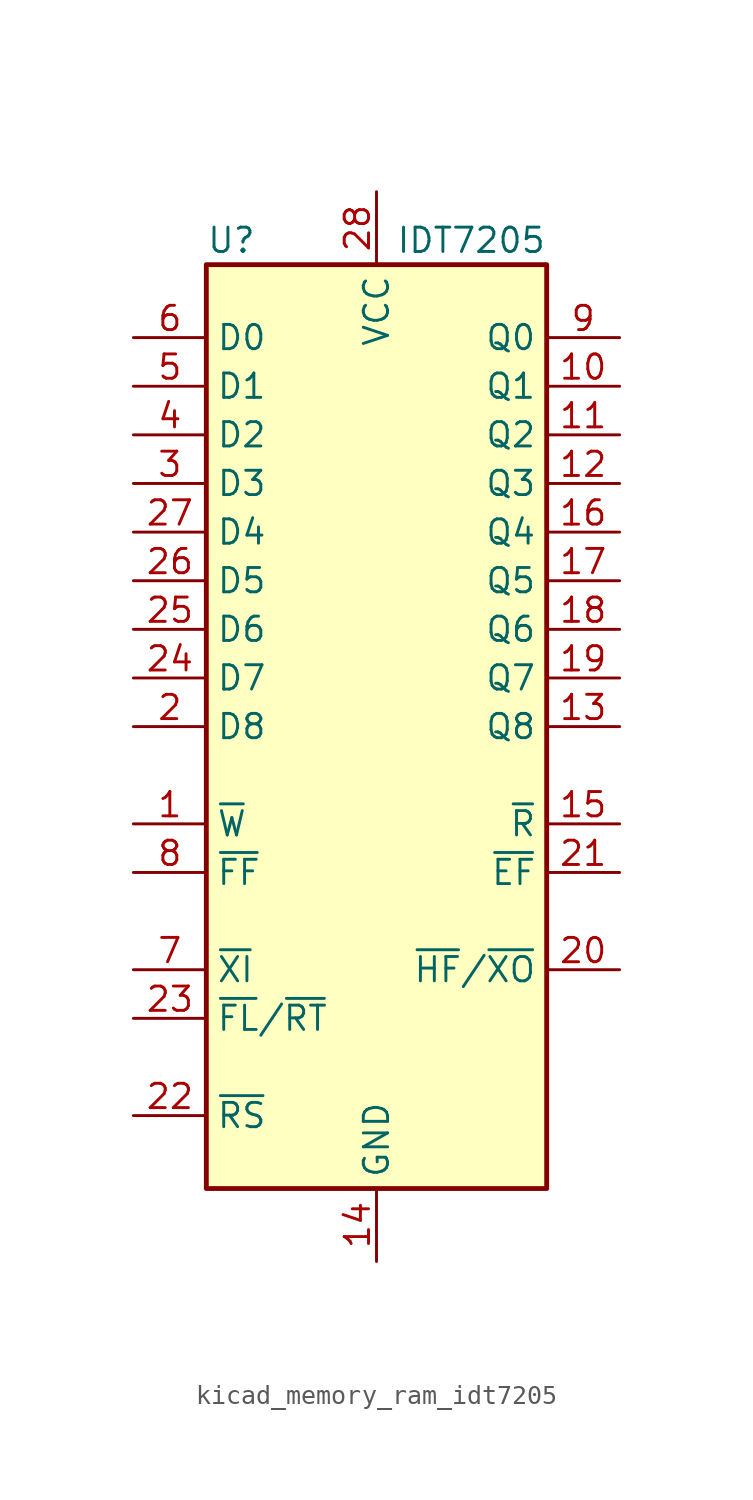
<source format=kicad_sym>
(kicad_symbol_lib
  (version 20220914)
  (generator kicad_symbol_editor)
  (symbol "kicad_memory_ram_idt7205"
    (property "Reference" "U"
      (at -8.89 25.4 0)
      (effects (font (size 1.27 1.27)) (justify left)))
    (property "Value" "IDT7205"
      (at 8.89 25.4 0)
      (effects (font (size 1.27 1.27)) (justify right)))
    (symbol "kicad_memory_ram_idt7205_0_1"
      (rectangle (start -8.89 24.13) (end 8.89 -24.13) (stroke (width 0.254) (type default)) (fill (type background)))
      (pin input line (at -12.7 -5.08 0) (length 3.81) (name "~{W}" (effects (font (size 1.27 1.27)))) (number "1" (effects (font (size 1.27 1.27)))))
      (pin output line (at 12.7 17.78 180) (length 3.81) (name "Q1" (effects (font (size 1.27 1.27)))) (number "10" (effects (font (size 1.27 1.27)))))
      (pin output line (at 12.7 15.24 180) (length 3.81) (name "Q2" (effects (font (size 1.27 1.27)))) (number "11" (effects (font (size 1.27 1.27)))))
      (pin output line (at 12.7 12.7 180) (length 3.81) (name "Q3" (effects (font (size 1.27 1.27)))) (number "12" (effects (font (size 1.27 1.27)))))
      (pin output line (at 12.7 0 180) (length 3.81) (name "Q8" (effects (font (size 1.27 1.27)))) (number "13" (effects (font (size 1.27 1.27)))))
      (pin power_in line (at 0 -27.94 90) (length 3.81) (name "GND" (effects (font (size 1.27 1.27)))) (number "14" (effects (font (size 1.27 1.27)))))
      (pin input line (at 12.7 -5.08 180) (length 3.81) (name "~{R}" (effects (font (size 1.27 1.27)))) (number "15" (effects (font (size 1.27 1.27)))))
      (pin output line (at 12.7 10.16 180) (length 3.81) (name "Q4" (effects (font (size 1.27 1.27)))) (number "16" (effects (font (size 1.27 1.27)))))
      (pin output line (at 12.7 7.62 180) (length 3.81) (name "Q5" (effects (font (size 1.27 1.27)))) (number "17" (effects (font (size 1.27 1.27)))))
      (pin output line (at 12.7 5.08 180) (length 3.81) (name "Q6" (effects (font (size 1.27 1.27)))) (number "18" (effects (font (size 1.27 1.27)))))
      (pin output line (at 12.7 2.54 180) (length 3.81) (name "Q7" (effects (font (size 1.27 1.27)))) (number "19" (effects (font (size 1.27 1.27)))))
      (pin input line (at -12.7 0 0) (length 3.81) (name "D8" (effects (font (size 1.27 1.27)))) (number "2" (effects (font (size 1.27 1.27)))))
      (pin output line (at 12.7 -12.7 180) (length 3.81) (name "~{HF}/~{XO}" (effects (font (size 1.27 1.27)))) (number "20" (effects (font (size 1.27 1.27)))))
      (pin output line (at 12.7 -7.62 180) (length 3.81) (name "~{EF}" (effects (font (size 1.27 1.27)))) (number "21" (effects (font (size 1.27 1.27)))))
      (pin input line (at -12.7 -20.32 0) (length 3.81) (name "~{RS}" (effects (font (size 1.27 1.27)))) (number "22" (effects (font (size 1.27 1.27)))))
      (pin input line (at -12.7 -15.24 0) (length 3.81) (name "~{FL}/~{RT}" (effects (font (size 1.27 1.27)))) (number "23" (effects (font (size 1.27 1.27)))))
      (pin input line (at -12.7 2.54 0) (length 3.81) (name "D7" (effects (font (size 1.27 1.27)))) (number "24" (effects (font (size 1.27 1.27)))))
      (pin input line (at -12.7 5.08 0) (length 3.81) (name "D6" (effects (font (size 1.27 1.27)))) (number "25" (effects (font (size 1.27 1.27)))))
      (pin input line (at -12.7 7.62 0) (length 3.81) (name "D5" (effects (font (size 1.27 1.27)))) (number "26" (effects (font (size 1.27 1.27)))))
      (pin input line (at -12.7 10.16 0) (length 3.81) (name "D4" (effects (font (size 1.27 1.27)))) (number "27" (effects (font (size 1.27 1.27)))))
      (pin power_in line (at 0 27.94 270) (length 3.81) (name "VCC" (effects (font (size 1.27 1.27)))) (number "28" (effects (font (size 1.27 1.27)))))
      (pin input line (at -12.7 12.7 0) (length 3.81) (name "D3" (effects (font (size 1.27 1.27)))) (number "3" (effects (font (size 1.27 1.27)))))
      (pin input line (at -12.7 15.24 0) (length 3.81) (name "D2" (effects (font (size 1.27 1.27)))) (number "4" (effects (font (size 1.27 1.27)))))
      (pin input line (at -12.7 17.78 0) (length 3.81) (name "D1" (effects (font (size 1.27 1.27)))) (number "5" (effects (font (size 1.27 1.27)))))
      (pin input line (at -12.7 20.32 0) (length 3.81) (name "D0" (effects (font (size 1.27 1.27)))) (number "6" (effects (font (size 1.27 1.27)))))
      (pin input line (at -12.7 -12.7 0) (length 3.81) (name "~{XI}" (effects (font (size 1.27 1.27)))) (number "7" (effects (font (size 1.27 1.27)))))
      (pin output line (at -12.7 -7.62 0) (length 3.81) (name "~{FF}" (effects (font (size 1.27 1.27)))) (number "8" (effects (font (size 1.27 1.27)))))
      (pin output line (at 12.7 20.32 180) (length 3.81) (name "Q0" (effects (font (size 1.27 1.27)))) (number "9" (effects (font (size 1.27 1.27))))))))
</source>
